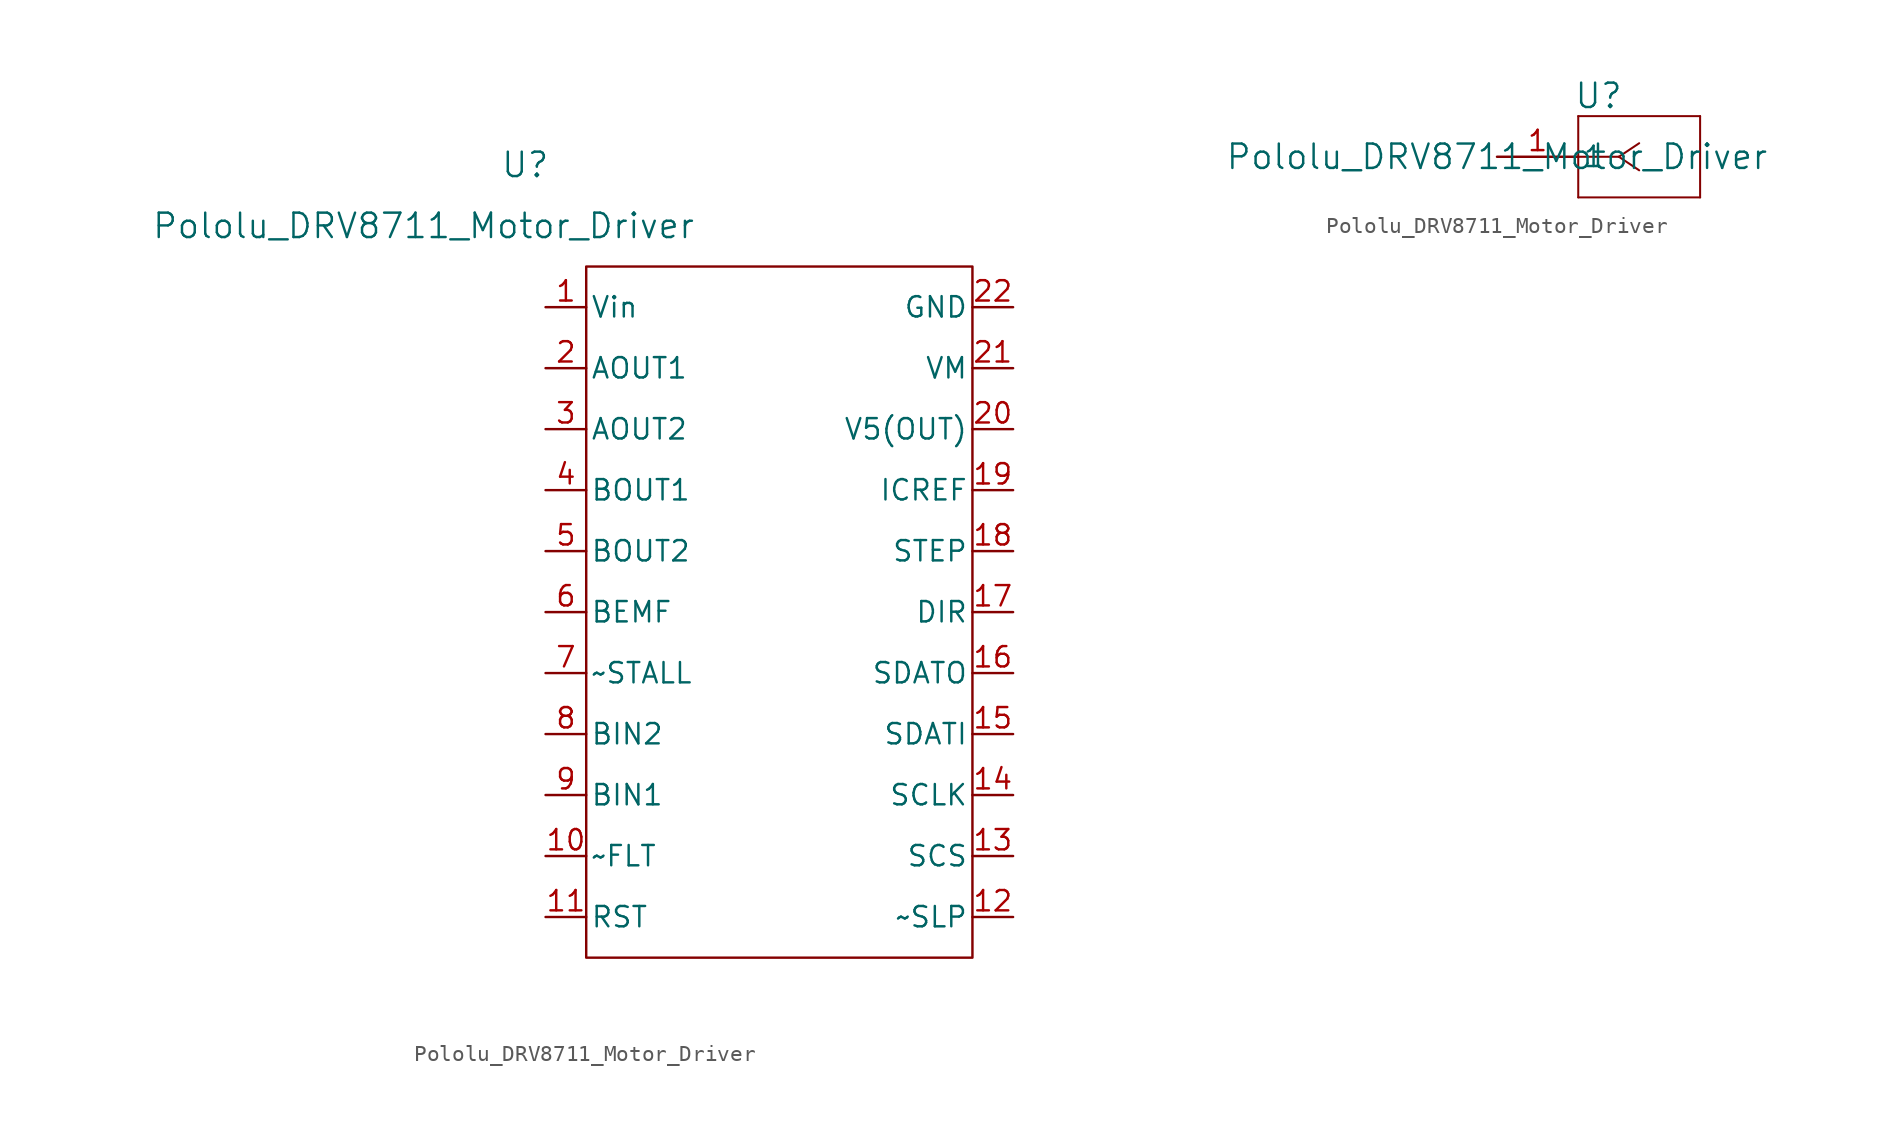
<source format=kicad_sym>
(kicad_symbol_lib
  (version 20220914)
  (generator kicad_symbol_editor)
  (symbol "Pololu_DRV8711_Motor_Driver"
    (pin_names
      (offset 0.254))
    (property "Reference" "U"
      (at 6.35 3.81 0)
      (effects (font (size 1.524 1.524))))
    (property "Value" "Pololu_DRV8711_Motor_Driver"
      (at 0 0 0)
      (effects (font (size 1.524 1.524))))
    (property "ki_locked" ""
      (at 0 0 0)
      (effects (font (size 1.27 1.27))))
    (symbol "Pololu_DRV8711_Motor_Driver_0_1"
      (rectangle (start 10.16 -2.54) (end 34.29 -45.72) (stroke (width 0) (type default)) (fill (type none))))
    (symbol "Pololu_DRV8711_Motor_Driver_1_1"
      (pin input line (at 7.62 -5.08 0) (length 2.54) (name "Vin" (effects (font (size 1.27 1.27)))) (number "1" (effects (font (size 1.27 1.27)))))
      (pin input line (at 7.62 -39.37 0) (length 2.54) (name "~FLT" (effects (font (size 1.27 1.27)))) (number "10" (effects (font (size 1.27 1.27)))))
      (pin input line (at 7.62 -43.18 0) (length 2.54) (name "RST" (effects (font (size 1.27 1.27)))) (number "11" (effects (font (size 1.27 1.27)))))
      (pin input line (at 36.83 -43.18 180) (length 2.54) (name "~SLP" (effects (font (size 1.27 1.27)))) (number "12" (effects (font (size 1.27 1.27)))))
      (pin input line (at 36.83 -39.37 180) (length 2.54) (name "SCS" (effects (font (size 1.27 1.27)))) (number "13" (effects (font (size 1.27 1.27)))))
      (pin input line (at 36.83 -35.56 180) (length 2.54) (name "SCLK" (effects (font (size 1.27 1.27)))) (number "14" (effects (font (size 1.27 1.27)))))
      (pin input line (at 36.83 -31.75 180) (length 2.54) (name "SDATI" (effects (font (size 1.27 1.27)))) (number "15" (effects (font (size 1.27 1.27)))))
      (pin input line (at 36.83 -27.94 180) (length 2.54) (name "SDATO" (effects (font (size 1.27 1.27)))) (number "16" (effects (font (size 1.27 1.27)))))
      (pin input line (at 36.83 -24.13 180) (length 2.54) (name "DIR" (effects (font (size 1.27 1.27)))) (number "17" (effects (font (size 1.27 1.27)))))
      (pin input line (at 36.83 -20.32 180) (length 2.54) (name "STEP" (effects (font (size 1.27 1.27)))) (number "18" (effects (font (size 1.27 1.27)))))
      (pin input line (at 36.83 -16.51 180) (length 2.54) (name "ICREF" (effects (font (size 1.27 1.27)))) (number "19" (effects (font (size 1.27 1.27)))))
      (pin input line (at 7.62 -8.89 0) (length 2.54) (name "AOUT1" (effects (font (size 1.27 1.27)))) (number "2" (effects (font (size 1.27 1.27)))))
      (pin input line (at 36.83 -12.7 180) (length 2.54) (name "V5(OUT)" (effects (font (size 1.27 1.27)))) (number "20" (effects (font (size 1.27 1.27)))))
      (pin input line (at 36.83 -8.89 180) (length 2.54) (name "VM" (effects (font (size 1.27 1.27)))) (number "21" (effects (font (size 1.27 1.27)))))
      (pin input line (at 36.83 -5.08 180) (length 2.54) (name "GND" (effects (font (size 1.27 1.27)))) (number "22" (effects (font (size 1.27 1.27)))))
      (pin input line (at 7.62 -12.7 0) (length 2.54) (name "AOUT2" (effects (font (size 1.27 1.27)))) (number "3" (effects (font (size 1.27 1.27)))))
      (pin input line (at 7.62 -16.51 0) (length 2.54) (name "BOUT1" (effects (font (size 1.27 1.27)))) (number "4" (effects (font (size 1.27 1.27)))))
      (pin input line (at 7.62 -20.32 0) (length 2.54) (name "BOUT2" (effects (font (size 1.27 1.27)))) (number "5" (effects (font (size 1.27 1.27)))))
      (pin input line (at 7.62 -24.13 0) (length 2.54) (name "BEMF" (effects (font (size 1.27 1.27)))) (number "6" (effects (font (size 1.27 1.27)))))
      (pin input line (at 7.62 -27.94 0) (length 2.54) (name "~STALL" (effects (font (size 1.27 1.27)))) (number "7" (effects (font (size 1.27 1.27)))))
      (pin input line (at 7.62 -31.75 0) (length 2.54) (name "BIN2" (effects (font (size 1.27 1.27)))) (number "8" (effects (font (size 1.27 1.27)))))
      (pin input line (at 7.62 -35.56 0) (length 2.54) (name "BIN1" (effects (font (size 1.27 1.27)))) (number "9" (effects (font (size 1.27 1.27))))))
    (symbol "Pololu_DRV8711_Motor_Driver_1_2"
      (polyline (pts (xy 5.08 -2.54) (xy 12.7 -2.54)) (stroke (width 0.127) (type default)) (fill (type none)))
      (polyline (pts (xy 5.08 2.54) (xy 5.08 -2.54)) (stroke (width 0.127) (type default)) (fill (type none)))
      (polyline (pts (xy 7.62 0) (xy 5.08 0)) (stroke (width 0.127) (type default)) (fill (type none)))
      (polyline (pts (xy 7.62 0) (xy 8.89 -0.847)) (stroke (width 0.127) (type default)) (fill (type none)))
      (polyline (pts (xy 7.62 0) (xy 8.89 0.847)) (stroke (width 0.127) (type default)) (fill (type none)))
      (polyline (pts (xy 12.7 -2.54) (xy 12.7 2.54)) (stroke (width 0.127) (type default)) (fill (type none)))
      (polyline (pts (xy 12.7 2.54) (xy 5.08 2.54)) (stroke (width 0.127) (type default)) (fill (type none)))
      (pin unspecified line (at 0 0 0) (length 5.08) (name "1" (effects (font (size 1.27 1.27)))) (number "1" (effects (font (size 1.27 1.27))))))))
</source>
